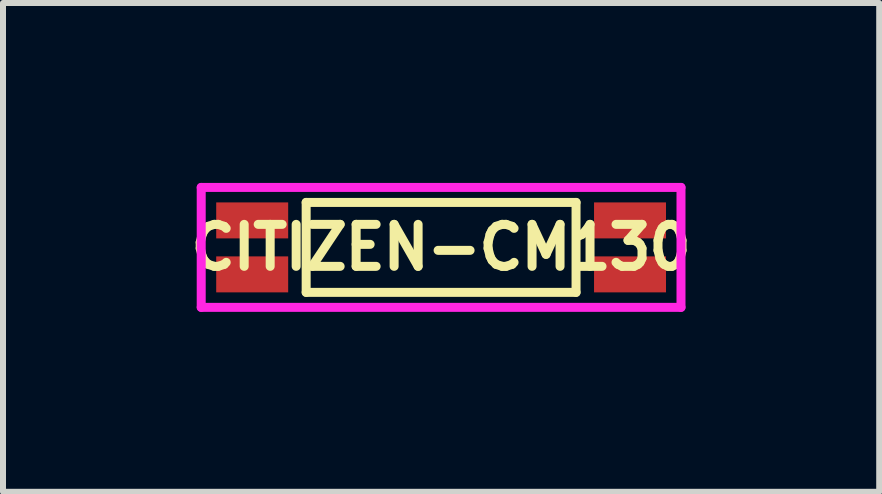
<source format=kicad_pcb>
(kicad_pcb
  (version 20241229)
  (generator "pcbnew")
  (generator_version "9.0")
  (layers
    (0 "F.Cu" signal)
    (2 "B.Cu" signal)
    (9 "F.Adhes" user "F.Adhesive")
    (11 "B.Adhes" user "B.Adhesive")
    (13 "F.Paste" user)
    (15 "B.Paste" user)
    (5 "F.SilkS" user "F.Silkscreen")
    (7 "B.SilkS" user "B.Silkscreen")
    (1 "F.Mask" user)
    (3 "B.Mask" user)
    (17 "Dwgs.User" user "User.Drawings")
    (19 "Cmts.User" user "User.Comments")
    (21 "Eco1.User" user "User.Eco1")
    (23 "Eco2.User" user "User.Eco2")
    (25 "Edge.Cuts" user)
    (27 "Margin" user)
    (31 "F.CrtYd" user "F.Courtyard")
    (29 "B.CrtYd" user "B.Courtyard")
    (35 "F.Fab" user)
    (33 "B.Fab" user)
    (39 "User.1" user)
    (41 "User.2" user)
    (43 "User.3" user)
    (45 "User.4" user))
  (footprint "CITIZEN-CM130"
    (layer "F.Cu")
    (at 4.305 1.075)
    (property "Reference" "CITIZEN-CM130" (at 0 0 0) (layer "F.SilkS") (effects (font (size 0.7 0.7) (thickness 0.15))))
    (attr through_hole)
    (fp_line (start -2.25 -0.75) (end 2.25 -0.75) (stroke (width 0.15) (type solid)) (layer "F.SilkS"))
    (fp_line (start -2.25 0.75) (end -2.25 -0.75) (stroke (width 0.15) (type solid)) (layer "F.SilkS"))
    (fp_line (start 2.25 -0.75) (end 2.25 0.75) (stroke (width 0.15) (type solid)) (layer "F.SilkS"))
    (fp_line (start 2.25 0.75) (end -2.25 0.75) (stroke (width 0.15) (type solid)) (layer "F.SilkS"))
    (fp_line (start -4 -1) (end 4 -1) (stroke (width 0.15) (type solid)) (layer "F.CrtYd"))
    (fp_line (start -4 1) (end -4 -1) (stroke (width 0.15) (type solid)) (layer "F.CrtYd"))
    (fp_line (start 4 -1) (end 4 1) (stroke (width 0.15) (type solid)) (layer "F.CrtYd"))
    (fp_line (start 4 1) (end -4 1) (stroke (width 0.15) (type solid)) (layer "F.CrtYd"))
    (pad "1" smd rect (at -3.15 0.45) (size 1.2 0.6) (layers "F.Cu" "F.Mask" "F.Paste"))
    (pad "2" smd rect (at -3.15 -0.45) (size 1.2 0.6) (layers "F.Cu" "F.Mask" "F.Paste"))
    (pad "3" smd rect (at 3.15 -0.45) (size 1.2 0.6) (layers "F.Cu" "F.Mask" "F.Paste"))
    (pad "3" smd rect (at 3.15 0.45) (size 1.2 0.6) (layers "F.Cu" "F.Mask" "F.Paste")))
  (gr_rect
    (start -3 -3)
    (end 11.61 5.15)
    (stroke (width 0.1) (type default))
    (fill no)
    (layer "Edge.Cuts")))
</source>
